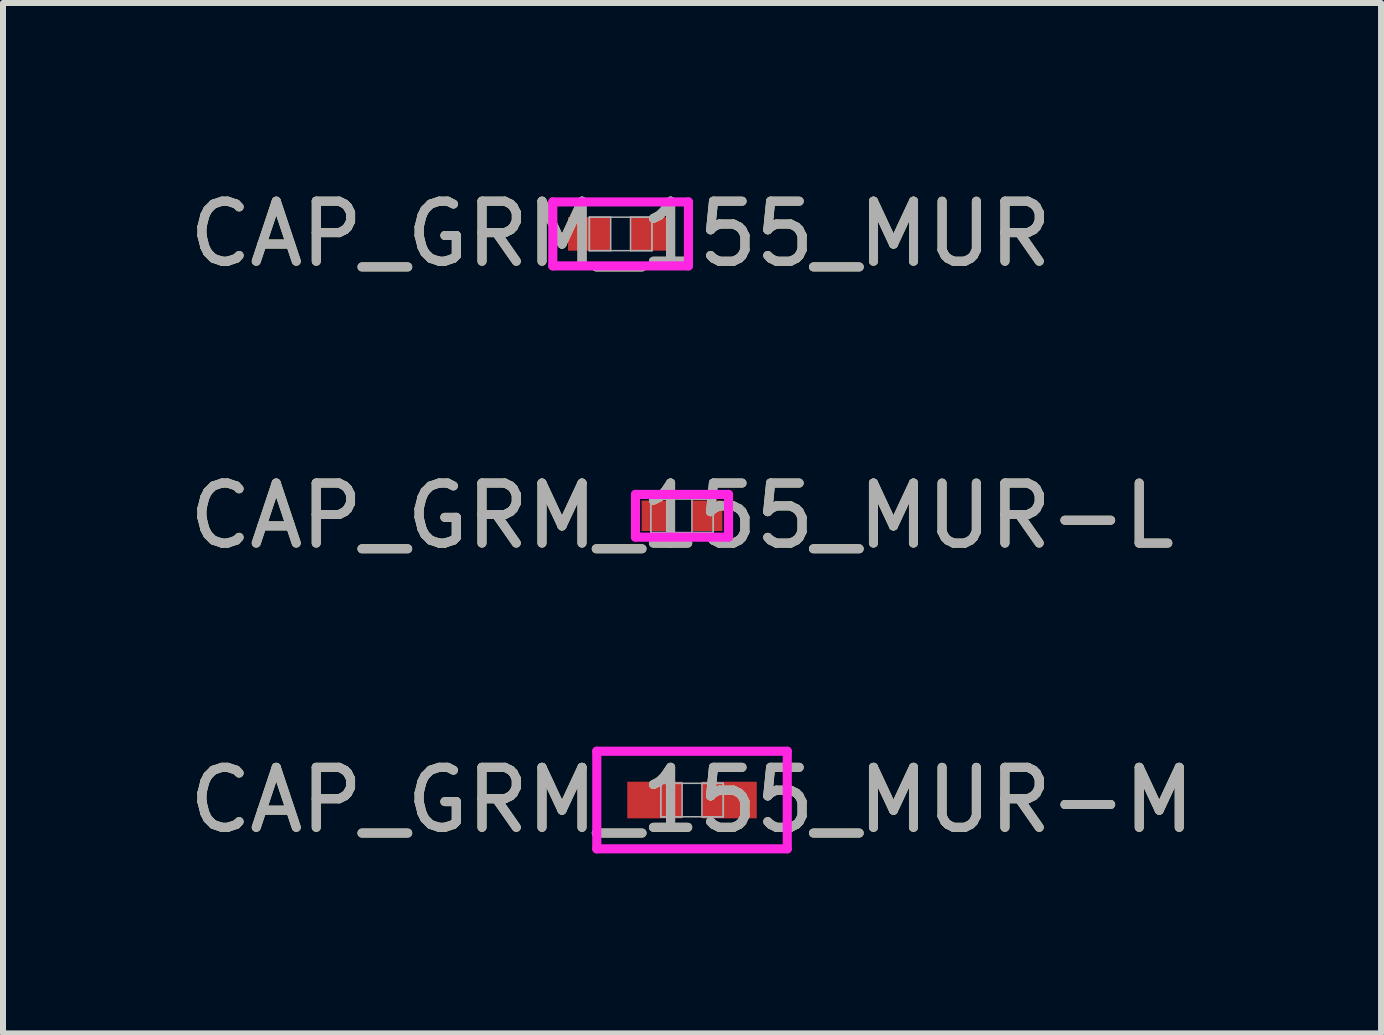
<source format=kicad_pcb>
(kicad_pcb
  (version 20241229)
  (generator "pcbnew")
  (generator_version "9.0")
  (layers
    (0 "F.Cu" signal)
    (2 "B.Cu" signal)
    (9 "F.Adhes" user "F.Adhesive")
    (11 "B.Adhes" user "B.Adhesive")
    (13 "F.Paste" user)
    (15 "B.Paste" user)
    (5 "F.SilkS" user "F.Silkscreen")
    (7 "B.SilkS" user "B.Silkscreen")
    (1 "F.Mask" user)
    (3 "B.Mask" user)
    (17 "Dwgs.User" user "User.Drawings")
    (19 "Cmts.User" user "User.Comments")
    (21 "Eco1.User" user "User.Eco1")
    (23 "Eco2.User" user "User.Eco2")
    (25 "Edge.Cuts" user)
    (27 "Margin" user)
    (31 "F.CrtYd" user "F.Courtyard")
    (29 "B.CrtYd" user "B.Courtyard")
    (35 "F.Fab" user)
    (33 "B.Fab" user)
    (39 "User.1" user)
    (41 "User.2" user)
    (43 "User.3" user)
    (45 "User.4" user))
  (footprint "CAP_GRM_155_MUR-M"
    (layer "F.Cu")
    (at 8.482 10.282)
    (property "Reference" "CAP_GRM_155_MUR-M" (at 0 0 0) (unlocked yes) (layer "F.SilkS") (effects (font (size 1 1) (thickness 0.15))))
    (attr smd)
    (fp_line (start -1.587 -0.813) (end 1.587 -0.813) (stroke (width 0.152) (type solid)) (layer "F.CrtYd"))
    (fp_line (start -1.587 0.813) (end -1.587 -0.813) (stroke (width 0.152) (type solid)) (layer "F.CrtYd"))
    (fp_line (start 1.587 -0.813) (end 1.587 0.813) (stroke (width 0.152) (type solid)) (layer "F.CrtYd"))
    (fp_line (start 1.587 0.813) (end -1.587 0.813) (stroke (width 0.152) (type solid)) (layer "F.CrtYd"))
    (fp_line (start -0.521 -0.279) (end -0.521 0.279) (stroke (width 0.025) (type solid)) (layer "F.Fab"))
    (fp_line (start -0.521 -0.279) (end -0.521 0.279) (stroke (width 0.025) (type solid)) (layer "F.Fab"))
    (fp_line (start -0.521 0.279) (end -0.165 0.279) (stroke (width 0.025) (type solid)) (layer "F.Fab"))
    (fp_line (start -0.521 0.279) (end 0.521 0.279) (stroke (width 0.025) (type solid)) (layer "F.Fab"))
    (fp_line (start -0.165 -0.279) (end -0.521 -0.279) (stroke (width 0.025) (type solid)) (layer "F.Fab"))
    (fp_line (start -0.165 0.279) (end -0.165 -0.279) (stroke (width 0.025) (type solid)) (layer "F.Fab"))
    (fp_line (start 0.165 -0.279) (end 0.165 0.279) (stroke (width 0.025) (type solid)) (layer "F.Fab"))
    (fp_line (start 0.165 0.279) (end 0.521 0.279) (stroke (width 0.025) (type solid)) (layer "F.Fab"))
    (fp_line (start 0.521 -0.279) (end -0.521 -0.279) (stroke (width 0.025) (type solid)) (layer "F.Fab"))
    (fp_line (start 0.521 -0.279) (end 0.165 -0.279) (stroke (width 0.025) (type solid)) (layer "F.Fab"))
    (fp_line (start 0.521 0.279) (end 0.521 -0.279) (stroke (width 0.025) (type solid)) (layer "F.Fab"))
    (fp_line (start 0.521 0.279) (end 0.521 -0.279) (stroke (width 0.025) (type solid)) (layer "F.Fab"))
    (fp_text user "${REFERENCE}" (at 0 0 0) (unlocked yes) (layer "F.Fab") (effects (font (size 1 1) (thickness 0.15))))
    (pad "1" smd rect (at -0.622 0) (size 0.914 0.61) (layers "F.Cu" "F.Mask" "F.Paste"))
    (pad "2" smd rect (at 0.622 0) (size 0.914 0.61) (layers "F.Cu" "F.Mask" "F.Paste"))
    (zone (net_name "") (layer "F.Cu") (hatch full 0.508) (connect_pads) (min_thickness 0.254) (filled_areas_thickness no) (keepout (tracks not_allowed) (vias not_allowed) (pads allowed) (copperpour not_allowed) (footprints allowed)) (placement (enabled no)) (fill) (polygon (pts (xy 8.368 10.053) (xy 8.596 10.053) (xy 8.596 10.511) (xy 8.368 10.511)))))
  (footprint "CAP_GRM_155_MUR"
    (layer "F.Cu")
    (at 7.292 0.848)
    (property "Reference" "CAP_GRM_155_MUR" (at 0 0 0) (unlocked yes) (layer "F.SilkS") (effects (font (size 1 1) (thickness 0.15))))
    (attr smd)
    (fp_line (start -1.13 -0.533) (end 1.13 -0.533) (stroke (width 0.152) (type solid)) (layer "F.CrtYd"))
    (fp_line (start -1.13 0.533) (end -1.13 -0.533) (stroke (width 0.152) (type solid)) (layer "F.CrtYd"))
    (fp_line (start 1.13 -0.533) (end 1.13 0.533) (stroke (width 0.152) (type solid)) (layer "F.CrtYd"))
    (fp_line (start 1.13 0.533) (end -1.13 0.533) (stroke (width 0.152) (type solid)) (layer "F.CrtYd"))
    (fp_line (start -0.521 -0.279) (end -0.521 0.279) (stroke (width 0.025) (type solid)) (layer "F.Fab"))
    (fp_line (start -0.521 -0.279) (end -0.521 0.279) (stroke (width 0.025) (type solid)) (layer "F.Fab"))
    (fp_line (start -0.521 0.279) (end -0.165 0.279) (stroke (width 0.025) (type solid)) (layer "F.Fab"))
    (fp_line (start -0.521 0.279) (end 0.521 0.279) (stroke (width 0.025) (type solid)) (layer "F.Fab"))
    (fp_line (start -0.165 -0.279) (end -0.521 -0.279) (stroke (width 0.025) (type solid)) (layer "F.Fab"))
    (fp_line (start -0.165 0.279) (end -0.165 -0.279) (stroke (width 0.025) (type solid)) (layer "F.Fab"))
    (fp_line (start 0.165 -0.279) (end 0.165 0.279) (stroke (width 0.025) (type solid)) (layer "F.Fab"))
    (fp_line (start 0.165 0.279) (end 0.521 0.279) (stroke (width 0.025) (type solid)) (layer "F.Fab"))
    (fp_line (start 0.521 -0.279) (end -0.521 -0.279) (stroke (width 0.025) (type solid)) (layer "F.Fab"))
    (fp_line (start 0.521 -0.279) (end 0.165 -0.279) (stroke (width 0.025) (type solid)) (layer "F.Fab"))
    (fp_line (start 0.521 0.279) (end 0.521 -0.279) (stroke (width 0.025) (type solid)) (layer "F.Fab"))
    (fp_line (start 0.521 0.279) (end 0.521 -0.279) (stroke (width 0.025) (type solid)) (layer "F.Fab"))
    (fp_text user "${REFERENCE}" (at 0 0 0) (unlocked yes) (layer "F.Fab") (effects (font (size 1 1) (thickness 0.15))))
    (pad "1" smd rect (at -0.521 0) (size 0.711 0.559) (layers "F.Cu" "F.Mask" "F.Paste"))
    (pad "2" smd rect (at 0.521 0) (size 0.711 0.559) (layers "F.Cu" "F.Mask" "F.Paste"))
    (zone (net_name "") (layer "F.Cu") (hatch full 0.508) (connect_pads) (min_thickness 0.254) (filled_areas_thickness no) (keepout (tracks not_allowed) (vias not_allowed) (pads allowed) (copperpour not_allowed) (footprints allowed)) (placement (enabled no)) (fill) (polygon (pts (xy 7.177 0.62) (xy 7.406 0.62) (xy 7.406 1.077) (xy 7.177 1.077)))))
  (footprint "CAP_GRM_155_MUR-L"
    (layer "F.Cu")
    (at 8.315 5.545)
    (property "Reference" "CAP_GRM_155_MUR-L" (at 0 0 0) (unlocked yes) (layer "F.SilkS") (effects (font (size 1 1) (thickness 0.15))))
    (attr smd)
    (fp_line (start -0.775 -0.356) (end 0.775 -0.356) (stroke (width 0.152) (type solid)) (layer "F.CrtYd"))
    (fp_line (start -0.775 0.356) (end -0.775 -0.356) (stroke (width 0.152) (type solid)) (layer "F.CrtYd"))
    (fp_line (start 0.775 -0.356) (end 0.775 0.356) (stroke (width 0.152) (type solid)) (layer "F.CrtYd"))
    (fp_line (start 0.775 0.356) (end -0.775 0.356) (stroke (width 0.152) (type solid)) (layer "F.CrtYd"))
    (fp_line (start -0.521 -0.279) (end -0.521 0.279) (stroke (width 0.025) (type solid)) (layer "F.Fab"))
    (fp_line (start -0.521 -0.279) (end -0.521 0.279) (stroke (width 0.025) (type solid)) (layer "F.Fab"))
    (fp_line (start -0.521 0.279) (end -0.165 0.279) (stroke (width 0.025) (type solid)) (layer "F.Fab"))
    (fp_line (start -0.521 0.279) (end 0.521 0.279) (stroke (width 0.025) (type solid)) (layer "F.Fab"))
    (fp_line (start -0.165 -0.279) (end -0.521 -0.279) (stroke (width 0.025) (type solid)) (layer "F.Fab"))
    (fp_line (start -0.165 0.279) (end -0.165 -0.279) (stroke (width 0.025) (type solid)) (layer "F.Fab"))
    (fp_line (start 0.165 -0.279) (end 0.165 0.279) (stroke (width 0.025) (type solid)) (layer "F.Fab"))
    (fp_line (start 0.165 0.279) (end 0.521 0.279) (stroke (width 0.025) (type solid)) (layer "F.Fab"))
    (fp_line (start 0.521 -0.279) (end -0.521 -0.279) (stroke (width 0.025) (type solid)) (layer "F.Fab"))
    (fp_line (start 0.521 -0.279) (end 0.165 -0.279) (stroke (width 0.025) (type solid)) (layer "F.Fab"))
    (fp_line (start 0.521 0.279) (end 0.521 -0.279) (stroke (width 0.025) (type solid)) (layer "F.Fab"))
    (fp_line (start 0.521 0.279) (end 0.521 -0.279) (stroke (width 0.025) (type solid)) (layer "F.Fab"))
    (fp_text user "${REFERENCE}" (at 0 0 0) (unlocked yes) (layer "F.Fab") (effects (font (size 1 1) (thickness 0.15))))
    (pad "1" smd rect (at -0.419 0) (size 0.508 0.508) (layers "F.Cu" "F.Mask" "F.Paste"))
    (pad "2" smd rect (at 0.419 0) (size 0.508 0.508) (layers "F.Cu" "F.Mask" "F.Paste"))
    (zone (net_name "") (layer "F.Cu") (hatch full 0.508) (connect_pads) (min_thickness 0.254) (filled_areas_thickness no) (keepout (tracks not_allowed) (vias not_allowed) (pads allowed) (copperpour not_allowed) (footprints allowed)) (placement (enabled no)) (fill) (polygon (pts (xy 8.201 5.316) (xy 8.43 5.316) (xy 8.43 5.773) (xy 8.201 5.773)))))
  (gr_rect
    (start -3 -3)
    (end 19.964 14.171)
    (stroke (width 0.1) (type default))
    (fill no)
    (layer "Edge.Cuts")))
</source>
